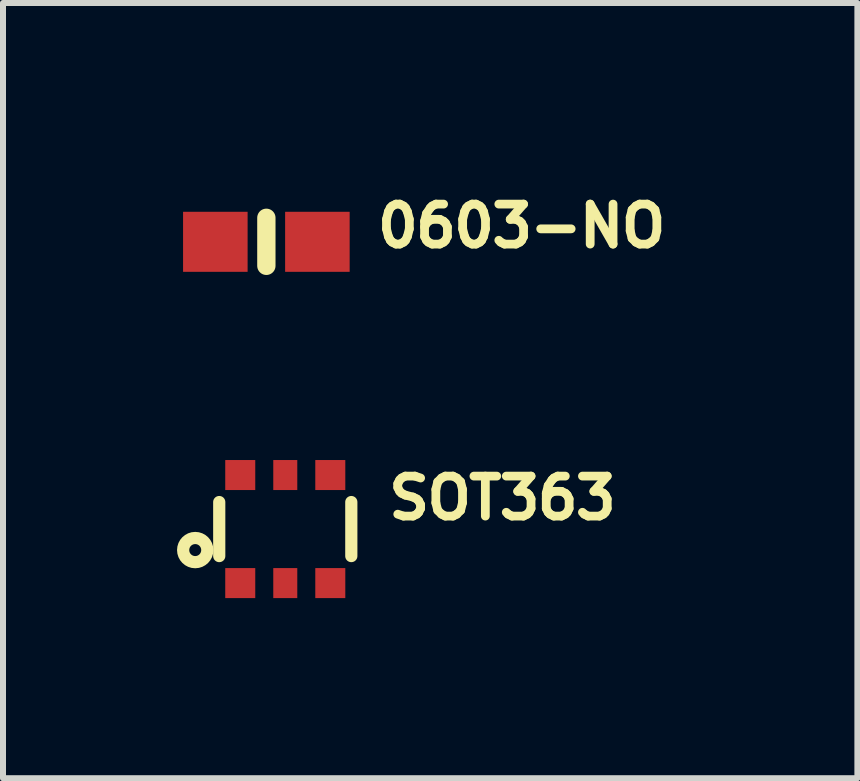
<source format=kicad_pcb>
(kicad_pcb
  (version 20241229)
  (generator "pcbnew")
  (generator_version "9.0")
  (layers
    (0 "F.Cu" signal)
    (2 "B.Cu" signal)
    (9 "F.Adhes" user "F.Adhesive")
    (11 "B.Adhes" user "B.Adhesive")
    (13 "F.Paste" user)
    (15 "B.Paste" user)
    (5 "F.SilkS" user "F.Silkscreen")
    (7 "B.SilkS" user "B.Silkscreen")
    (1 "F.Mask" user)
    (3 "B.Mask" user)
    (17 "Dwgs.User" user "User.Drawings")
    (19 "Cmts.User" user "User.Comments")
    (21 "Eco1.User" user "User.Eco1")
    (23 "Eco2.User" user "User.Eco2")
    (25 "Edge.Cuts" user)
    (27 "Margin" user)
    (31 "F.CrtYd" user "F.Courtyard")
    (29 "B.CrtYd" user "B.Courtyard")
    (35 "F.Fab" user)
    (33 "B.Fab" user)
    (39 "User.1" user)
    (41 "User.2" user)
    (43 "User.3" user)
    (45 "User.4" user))
  (footprint "0603-NO"
    (layer "F.Cu")
    (at 1.387 0.978)
    (property "Reference" "0603-NO" (at 1.778 0.127 0) (layer "F.SilkS") (effects (font (size 0.666 0.666) (thickness 0.146)) (justify left bottom)))
    (fp_line (start 0 -0.4) (end 0 0.4) (stroke (width 0.305) (type solid)) (layer "F.SilkS"))
    (pad "1" smd rect (at -0.85 0) (size 1.075 1) (layers "F.Cu" "F.Mask" "F.Paste"))
    (pad "2" smd rect (at 0.85 0) (size 1.075 1) (layers "F.Cu" "F.Mask" "F.Paste")))
  (footprint "SOT363"
    (layer "F.Cu")
    (at 1.702 5.763)
    (property "Reference" "SOT363" (at 1.651 -0.127 0) (layer "F.SilkS") (effects (font (size 0.666 0.666) (thickness 0.146)) (justify left bottom)))
    (fp_line (start -1.1 -0.45) (end -1.1 0.45) (stroke (width 0.203) (type solid)) (layer "F.SilkS"))
    (fp_line (start 1.1 -0.45) (end 1.1 0.45) (stroke (width 0.203) (type solid)) (layer "F.SilkS"))
    (fp_circle (center -1.5 0.35) (end -1.4 0.35) (stroke (width 0.203) (type solid)) (fill no) (layer "F.SilkS"))
    (pad "1" smd rect (at -0.75 0.9) (size 0.5 0.5) (layers "F.Cu" "F.Mask" "F.Paste"))
    (pad "2" smd rect (at 0 0.9) (size 0.4 0.5) (layers "F.Cu" "F.Mask" "F.Paste"))
    (pad "3" smd rect (at 0.75 0.9) (size 0.5 0.5) (layers "F.Cu" "F.Mask" "F.Paste"))
    (pad "4" smd rect (at 0.75 -0.9) (size 0.5 0.5) (layers "F.Cu" "F.Mask" "F.Paste"))
    (pad "5" smd rect (at 0 -0.9) (size 0.4 0.5) (layers "F.Cu" "F.Mask" "F.Paste"))
    (pad "6" smd rect (at -0.75 -0.9) (size 0.5 0.5) (layers "F.Cu" "F.Mask" "F.Paste")))
  (gr_rect
    (start -3 -3)
    (end 11.232 9.913)
    (stroke (width 0.1) (type default))
    (fill no)
    (layer "Edge.Cuts")))
</source>
